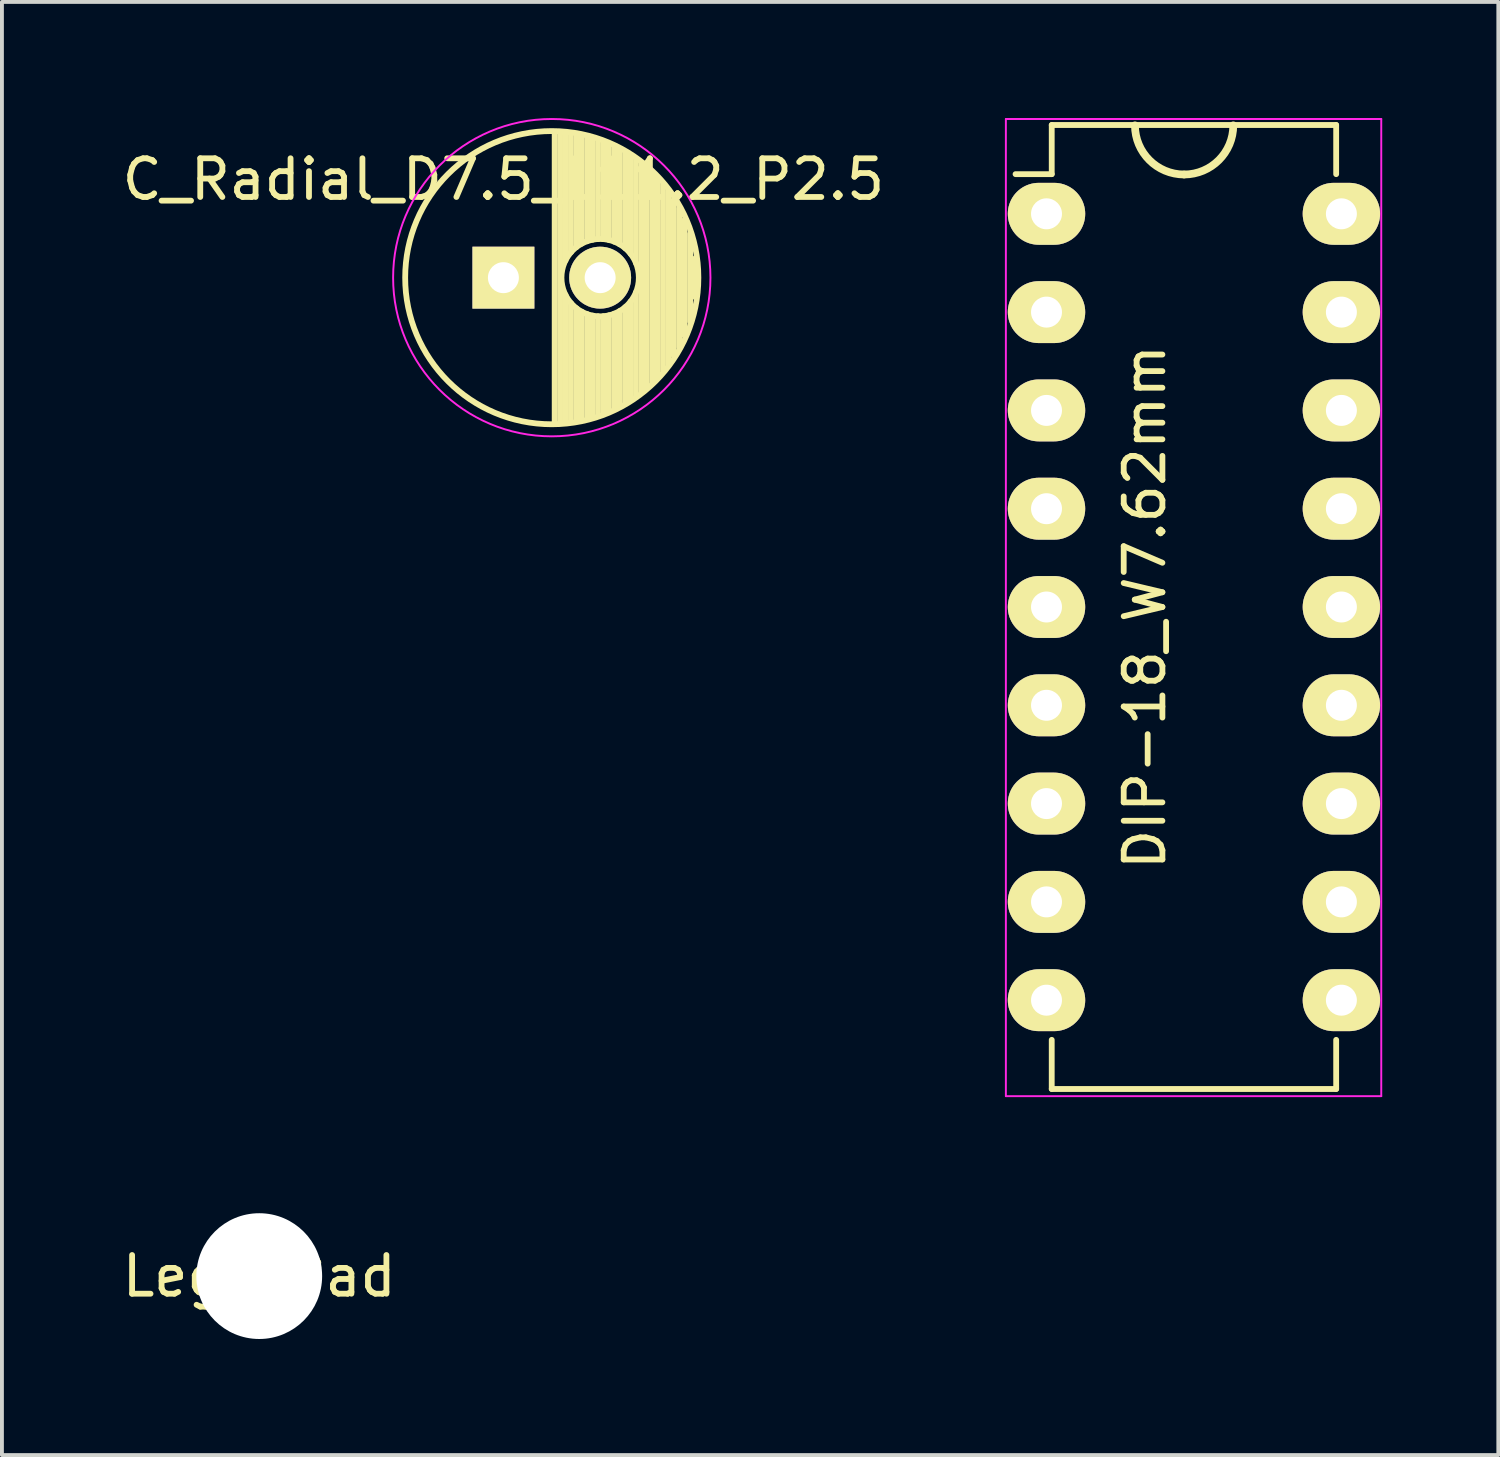
<source format=kicad_pcb>
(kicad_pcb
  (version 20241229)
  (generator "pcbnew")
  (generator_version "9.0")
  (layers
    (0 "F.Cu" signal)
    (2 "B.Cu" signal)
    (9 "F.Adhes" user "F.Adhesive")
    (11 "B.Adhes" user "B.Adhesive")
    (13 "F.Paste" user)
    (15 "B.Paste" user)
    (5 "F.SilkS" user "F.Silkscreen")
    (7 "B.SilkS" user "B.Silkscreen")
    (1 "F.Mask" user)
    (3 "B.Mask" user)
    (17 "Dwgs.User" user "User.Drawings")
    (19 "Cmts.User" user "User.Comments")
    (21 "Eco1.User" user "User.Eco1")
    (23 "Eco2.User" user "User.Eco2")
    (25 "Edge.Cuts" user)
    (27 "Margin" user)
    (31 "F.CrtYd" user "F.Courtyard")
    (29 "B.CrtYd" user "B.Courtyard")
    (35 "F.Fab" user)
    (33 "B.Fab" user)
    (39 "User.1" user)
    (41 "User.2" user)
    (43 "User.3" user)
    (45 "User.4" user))
  (footprint "DIP-18_W7.62mm"
    (layer "F.Cu")
    (at 23.992 2.475)
    (property "Reference" "DIP-18_W7.62mm" (at 2.54 10.16 90) (layer "F.SilkS") (effects (font (size 1 1) (thickness 0.15))))
    (attr through_hole)
    (fp_line (start 0.135 -2.295) (end 0.135 -1.025) (stroke (width 0.15) (type solid)) (layer "F.SilkS"))
    (fp_line (start 0.135 -2.295) (end 7.485 -2.295) (stroke (width 0.15) (type solid)) (layer "F.SilkS"))
    (fp_line (start 0.135 -1.025) (end -0.8 -1.025) (stroke (width 0.15) (type solid)) (layer "F.SilkS"))
    (fp_line (start 0.135 22.615) (end 0.135 21.345) (stroke (width 0.15) (type solid)) (layer "F.SilkS"))
    (fp_line (start 0.135 22.615) (end 7.485 22.615) (stroke (width 0.15) (type solid)) (layer "F.SilkS"))
    (fp_line (start 7.485 -2.295) (end 7.485 -1.025) (stroke (width 0.15) (type solid)) (layer "F.SilkS"))
    (fp_line (start 7.485 22.615) (end 7.485 21.345) (stroke (width 0.15) (type solid)) (layer "F.SilkS"))
    (fp_arc (start 3.556 -1.016) (mid 2.657974 -1.387974) (end 2.286 -2.286) (stroke (width 0.2) (type solid)) (layer "F.SilkS"))
    (fp_arc (start 4.826 -2.286) (mid 4.454026 -1.387974) (end 3.556 -1.016) (stroke (width 0.2) (type solid)) (layer "F.SilkS"))
    (fp_line (start -1.05 -2.45) (end -1.05 22.8) (stroke (width 0.05) (type solid)) (layer "F.CrtYd"))
    (fp_line (start -1.05 -2.45) (end 8.65 -2.45) (stroke (width 0.05) (type solid)) (layer "F.CrtYd"))
    (fp_line (start -1.05 22.8) (end 8.65 22.8) (stroke (width 0.05) (type solid)) (layer "F.CrtYd"))
    (fp_line (start 8.65 -2.45) (end 8.65 22.8) (stroke (width 0.05) (type solid)) (layer "F.CrtYd"))
    (pad "1" thru_hole oval (at 0 0) (size 2 1.6) (drill 0.8) (layers "*.Cu" "*.Mask" "F.SilkS"))
    (pad "2" thru_hole oval (at 0 2.54) (size 2 1.6) (drill 0.8) (layers "*.Cu" "*.Mask" "F.SilkS"))
    (pad "3" thru_hole oval (at 0 5.08) (size 2 1.6) (drill 0.8) (layers "*.Cu" "*.Mask" "F.SilkS"))
    (pad "4" thru_hole oval (at 0 7.62) (size 2 1.6) (drill 0.8) (layers "*.Cu" "*.Mask" "F.SilkS"))
    (pad "5" thru_hole oval (at 0 10.16) (size 2 1.6) (drill 0.8) (layers "*.Cu" "*.Mask" "F.SilkS"))
    (pad "6" thru_hole oval (at 0 12.7) (size 2 1.6) (drill 0.8) (layers "*.Cu" "*.Mask" "F.SilkS"))
    (pad "7" thru_hole oval (at 0 15.24) (size 2 1.6) (drill 0.8) (layers "*.Cu" "*.Mask" "F.SilkS"))
    (pad "8" thru_hole oval (at 0 17.78) (size 2 1.6) (drill 0.8) (layers "*.Cu" "*.Mask" "F.SilkS"))
    (pad "9" thru_hole oval (at 0 20.32) (size 2 1.6) (drill 0.8) (layers "*.Cu" "*.Mask" "F.SilkS"))
    (pad "10" thru_hole oval (at 7.62 20.32) (size 2 1.6) (drill 0.8) (layers "*.Cu" "*.Mask" "F.SilkS"))
    (pad "11" thru_hole oval (at 7.62 17.78) (size 2 1.6) (drill 0.8) (layers "*.Cu" "*.Mask" "F.SilkS"))
    (pad "12" thru_hole oval (at 7.62 15.24) (size 2 1.6) (drill 0.8) (layers "*.Cu" "*.Mask" "F.SilkS"))
    (pad "13" thru_hole oval (at 7.62 12.7) (size 2 1.6) (drill 0.8) (layers "*.Cu" "*.Mask" "F.SilkS"))
    (pad "14" thru_hole oval (at 7.62 10.16) (size 2 1.6) (drill 0.8) (layers "*.Cu" "*.Mask" "F.SilkS"))
    (pad "15" thru_hole oval (at 7.62 7.62) (size 2 1.6) (drill 0.8) (layers "*.Cu" "*.Mask" "F.SilkS"))
    (pad "16" thru_hole oval (at 7.62 5.08) (size 2 1.6) (drill 0.8) (layers "*.Cu" "*.Mask" "F.SilkS"))
    (pad "17" thru_hole oval (at 7.62 2.54) (size 2 1.6) (drill 0.8) (layers "*.Cu" "*.Mask" "F.SilkS"))
    (pad "18" thru_hole oval (at 7.62 0) (size 2 1.6) (drill 0.8) (layers "*.Cu" "*.Mask" "F.SilkS")))
  (footprint "Lego_Pad"
    (layer "F.Cu")
    (at 3.649 29.925)
    (property "Reference" "Lego_Pad" (at 0 0 0) (layer "F.SilkS") (effects (font (size 1 1) (thickness 0.15))))
    (attr through_hole)
    (pad "" np_thru_hole circle (at 0 0) (size 3.25 3.25) (drill 3.25) (layers "*.Cu" "*.Mask")))
  (footprint "C_Radial_D7.5_L11.2_P2.5"
    (layer "F.Cu")
    (at 9.958 4.125)
    (property "Reference" "C_Radial_D7.5_L11.2_P2.5" (at 0 -2.54 0) (layer "F.SilkS") (effects (font (size 1 1) (thickness 0.15))))
    (attr through_hole)
    (fp_line (start 1.325 -3.749) (end 1.325 3.749) (stroke (width 0.15) (type solid)) (layer "F.SilkS"))
    (fp_line (start 1.465 -3.744) (end 1.465 3.744) (stroke (width 0.15) (type solid)) (layer "F.SilkS"))
    (fp_line (start 1.605 -3.733) (end 1.605 -0.446) (stroke (width 0.15) (type solid)) (layer "F.SilkS"))
    (fp_line (start 1.605 0.446) (end 1.605 3.733) (stroke (width 0.15) (type solid)) (layer "F.SilkS"))
    (fp_line (start 1.745 -3.717) (end 1.745 -0.656) (stroke (width 0.15) (type solid)) (layer "F.SilkS"))
    (fp_line (start 1.745 0.656) (end 1.745 3.717) (stroke (width 0.15) (type solid)) (layer "F.SilkS"))
    (fp_line (start 1.885 -3.696) (end 1.885 -0.789) (stroke (width 0.15) (type solid)) (layer "F.SilkS"))
    (fp_line (start 1.885 0.789) (end 1.885 3.696) (stroke (width 0.15) (type solid)) (layer "F.SilkS"))
    (fp_line (start 2.025 -3.669) (end 2.025 -0.88) (stroke (width 0.15) (type solid)) (layer "F.SilkS"))
    (fp_line (start 2.025 0.88) (end 2.025 3.669) (stroke (width 0.15) (type solid)) (layer "F.SilkS"))
    (fp_line (start 2.165 -3.637) (end 2.165 -0.942) (stroke (width 0.15) (type solid)) (layer "F.SilkS"))
    (fp_line (start 2.165 0.942) (end 2.165 3.637) (stroke (width 0.15) (type solid)) (layer "F.SilkS"))
    (fp_line (start 2.305 -3.599) (end 2.305 -0.981) (stroke (width 0.15) (type solid)) (layer "F.SilkS"))
    (fp_line (start 2.305 0.981) (end 2.305 3.599) (stroke (width 0.15) (type solid)) (layer "F.SilkS"))
    (fp_line (start 2.445 -3.555) (end 2.445 -0.998) (stroke (width 0.15) (type solid)) (layer "F.SilkS"))
    (fp_line (start 2.445 0.998) (end 2.445 3.555) (stroke (width 0.15) (type solid)) (layer "F.SilkS"))
    (fp_line (start 2.585 -3.504) (end 2.585 -0.996) (stroke (width 0.15) (type solid)) (layer "F.SilkS"))
    (fp_line (start 2.585 0.996) (end 2.585 3.504) (stroke (width 0.15) (type solid)) (layer "F.SilkS"))
    (fp_line (start 2.725 -3.448) (end 2.725 -0.974) (stroke (width 0.15) (type solid)) (layer "F.SilkS"))
    (fp_line (start 2.725 0.974) (end 2.725 3.448) (stroke (width 0.15) (type solid)) (layer "F.SilkS"))
    (fp_line (start 2.865 -3.384) (end 2.865 -0.931) (stroke (width 0.15) (type solid)) (layer "F.SilkS"))
    (fp_line (start 2.865 0.931) (end 2.865 3.384) (stroke (width 0.15) (type solid)) (layer "F.SilkS"))
    (fp_line (start 3.005 -3.314) (end 3.005 -0.863) (stroke (width 0.15) (type solid)) (layer "F.SilkS"))
    (fp_line (start 3.005 0.863) (end 3.005 3.314) (stroke (width 0.15) (type solid)) (layer "F.SilkS"))
    (fp_line (start 3.145 -3.236) (end 3.145 -0.764) (stroke (width 0.15) (type solid)) (layer "F.SilkS"))
    (fp_line (start 3.145 0.764) (end 3.145 3.236) (stroke (width 0.15) (type solid)) (layer "F.SilkS"))
    (fp_line (start 3.285 -3.15) (end 3.285 -0.619) (stroke (width 0.15) (type solid)) (layer "F.SilkS"))
    (fp_line (start 3.285 0.619) (end 3.285 3.15) (stroke (width 0.15) (type solid)) (layer "F.SilkS"))
    (fp_line (start 3.425 -3.055) (end 3.425 -0.38) (stroke (width 0.15) (type solid)) (layer "F.SilkS"))
    (fp_line (start 3.425 0.38) (end 3.425 3.055) (stroke (width 0.15) (type solid)) (layer "F.SilkS"))
    (fp_line (start 3.565 -2.95) (end 3.565 2.95) (stroke (width 0.15) (type solid)) (layer "F.SilkS"))
    (fp_line (start 3.705 -2.835) (end 3.705 2.835) (stroke (width 0.15) (type solid)) (layer "F.SilkS"))
    (fp_line (start 3.845 -2.707) (end 3.845 2.707) (stroke (width 0.15) (type solid)) (layer "F.SilkS"))
    (fp_line (start 3.985 -2.566) (end 3.985 2.566) (stroke (width 0.15) (type solid)) (layer "F.SilkS"))
    (fp_line (start 4.125 -2.408) (end 4.125 2.408) (stroke (width 0.15) (type solid)) (layer "F.SilkS"))
    (fp_line (start 4.265 -2.23) (end 4.265 2.23) (stroke (width 0.15) (type solid)) (layer "F.SilkS"))
    (fp_line (start 4.405 -2.027) (end 4.405 2.027) (stroke (width 0.15) (type solid)) (layer "F.SilkS"))
    (fp_line (start 4.545 -1.79) (end 4.545 1.79) (stroke (width 0.15) (type solid)) (layer "F.SilkS"))
    (fp_line (start 4.685 -1.504) (end 4.685 1.504) (stroke (width 0.15) (type solid)) (layer "F.SilkS"))
    (fp_line (start 4.825 -1.132) (end 4.825 1.132) (stroke (width 0.15) (type solid)) (layer "F.SilkS"))
    (fp_line (start 4.965 -0.511) (end 4.965 0.511) (stroke (width 0.15) (type solid)) (layer "F.SilkS"))
    (fp_circle (center 1.25 0) (end 1.25 -3.788) (stroke (width 0.15) (type solid)) (fill no) (layer "F.SilkS"))
    (fp_circle (center 2.5 0) (end 2.5 -1) (stroke (width 0.15) (type solid)) (fill no) (layer "F.SilkS"))
    (fp_circle (center 1.25 0) (end 1.25 -4.1) (stroke (width 0.05) (type solid)) (fill no) (layer "F.CrtYd"))
    (pad "1" thru_hole rect (at 0 0) (size 1.6 1.6) (drill 0.8) (layers "*.Cu" "*.Mask" "F.SilkS"))
    (pad "2" thru_hole circle (at 2.5 0) (size 1.6 1.6) (drill 0.8) (layers "*.Cu" "*.Mask" "F.SilkS")))
  (gr_rect
    (start -3 -3)
    (end 35.667 34.55)
    (stroke (width 0.1) (type default))
    (fill no)
    (layer "Edge.Cuts")))
</source>
